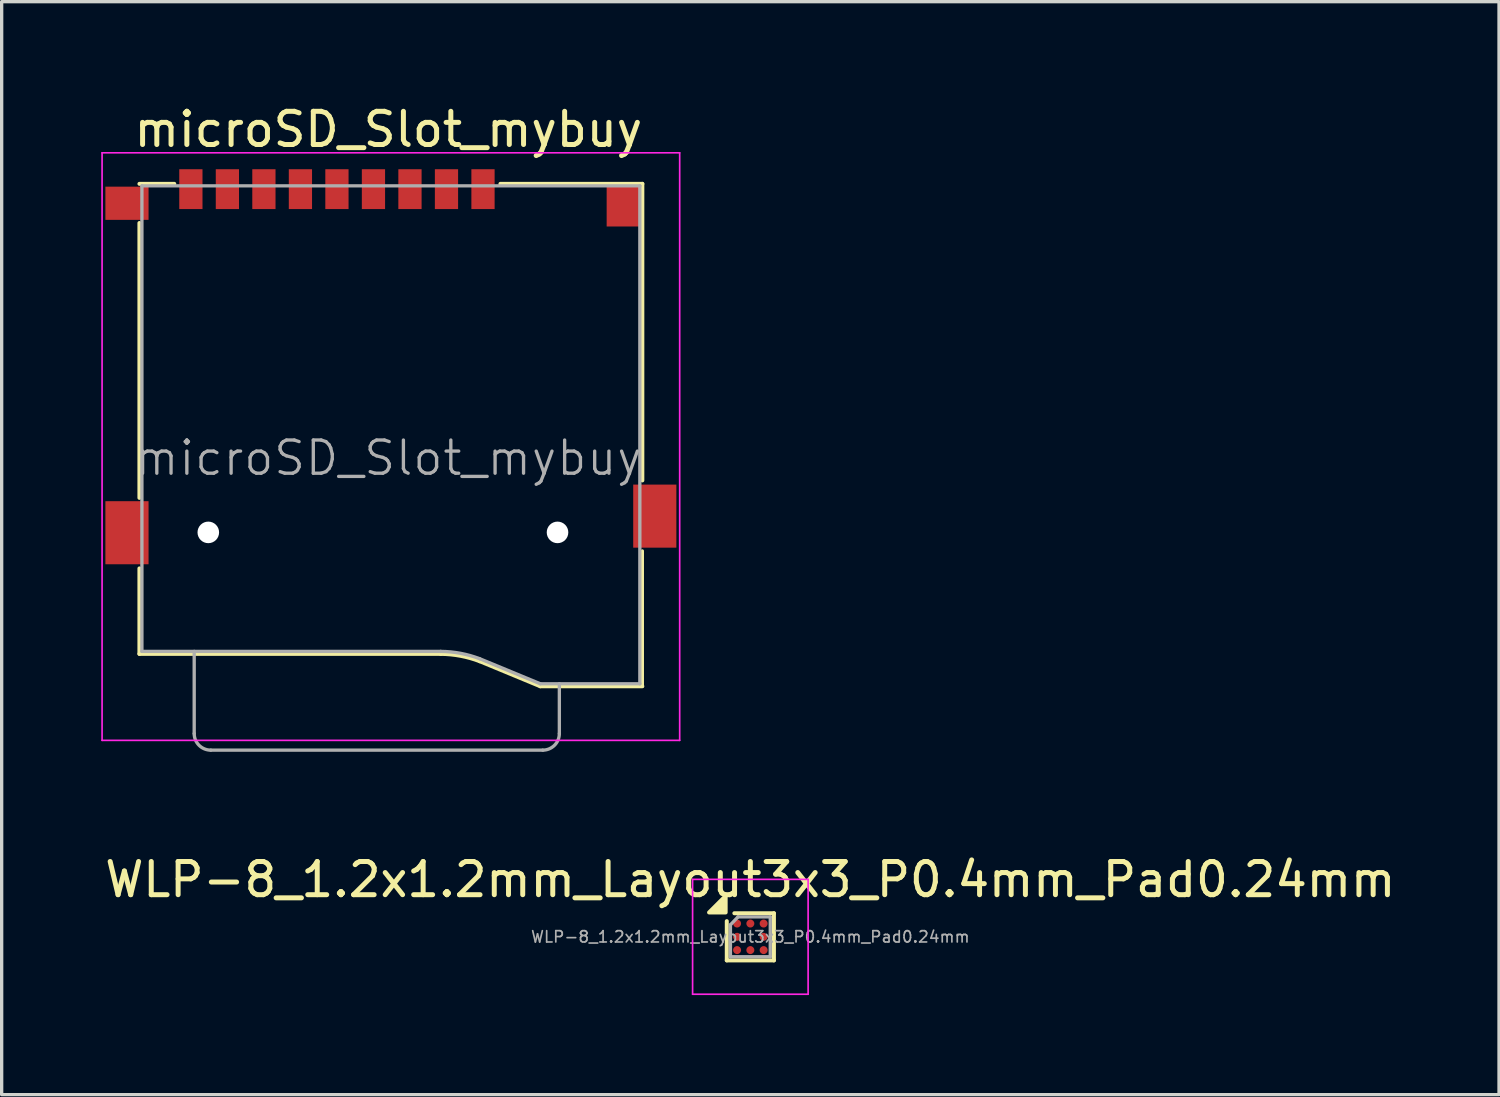
<source format=kicad_pcb>
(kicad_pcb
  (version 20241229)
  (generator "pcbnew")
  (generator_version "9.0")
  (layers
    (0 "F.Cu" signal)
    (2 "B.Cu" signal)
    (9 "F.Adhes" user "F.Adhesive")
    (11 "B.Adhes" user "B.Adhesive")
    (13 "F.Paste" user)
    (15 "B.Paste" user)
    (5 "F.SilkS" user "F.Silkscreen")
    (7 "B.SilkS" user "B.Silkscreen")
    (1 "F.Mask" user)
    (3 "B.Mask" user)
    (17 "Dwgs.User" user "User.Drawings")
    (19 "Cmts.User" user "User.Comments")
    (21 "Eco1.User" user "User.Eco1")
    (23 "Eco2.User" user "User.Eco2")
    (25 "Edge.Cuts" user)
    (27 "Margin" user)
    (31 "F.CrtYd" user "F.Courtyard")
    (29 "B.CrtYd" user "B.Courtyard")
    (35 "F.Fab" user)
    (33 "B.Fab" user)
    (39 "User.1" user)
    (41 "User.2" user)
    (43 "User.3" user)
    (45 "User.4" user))
  (footprint "WLP-8_1.2x1.2mm_Layout3x3_P0.4mm_Pad0.24mm"
    (layer "F.Cu")
    (at 19.554 25.171)
    (property "Reference" "WLP-8_1.2x1.2mm_Layout3x3_P0.4mm_Pad0.24mm" (at 0 -1.724 0) (layer "F.SilkS") (effects (font (size 1 1) (thickness 0.15))))
    (attr smd)
    (fp_line (start -0.71 0.71) (end -0.71 -0.472) (stroke (width 0.12) (type solid)) (layer "F.SilkS"))
    (fp_line (start -0.482 -0.71) (end 0.71 -0.71) (stroke (width 0.12) (type solid)) (layer "F.SilkS"))
    (fp_line (start 0.71 -0.71) (end 0.71 0.71) (stroke (width 0.12) (type solid)) (layer "F.SilkS"))
    (fp_line (start 0.71 0.71) (end -0.71 0.71) (stroke (width 0.12) (type solid)) (layer "F.SilkS"))
    (fp_poly (pts (xy -0.744 -0.734) (xy -1.244 -0.734) (xy -0.744 -1.234) (xy -0.744 -0.734)) (stroke (width 0.12) (type solid)) (fill yes) (layer "F.SilkS"))
    (fp_line (start -1.74 -1.73) (end -1.74 1.73) (stroke (width 0.05) (type solid)) (layer "F.CrtYd"))
    (fp_line (start -1.74 1.73) (end 1.74 1.73) (stroke (width 0.05) (type solid)) (layer "F.CrtYd"))
    (fp_line (start 1.74 -1.73) (end -1.74 -1.73) (stroke (width 0.05) (type solid)) (layer "F.CrtYd"))
    (fp_line (start 1.74 1.73) (end 1.74 -1.73) (stroke (width 0.05) (type solid)) (layer "F.CrtYd"))
    (fp_line (start -0.6 -0.362) (end -0.372 -0.6) (stroke (width 0.1) (type solid)) (layer "F.Fab"))
    (fp_line (start -0.6 0.6) (end -0.6 -0.362) (stroke (width 0.1) (type solid)) (layer "F.Fab"))
    (fp_line (start -0.372 -0.6) (end 0.6 -0.6) (stroke (width 0.1) (type solid)) (layer "F.Fab"))
    (fp_line (start 0.6 -0.6) (end 0.6 0.6) (stroke (width 0.1) (type solid)) (layer "F.Fab"))
    (fp_line (start 0.6 0.6) (end -0.6 0.6) (stroke (width 0.1) (type solid)) (layer "F.Fab"))
    (fp_text user "${REFERENCE}" (at 0 0 0) (layer "F.Fab") (effects (font (size 0.34 0.34) (thickness 0.051))))
    (pad "A1" smd circle (at -0.4 -0.4) (size 0.24 0.24) (property pad_prop_bga) (layers "F.Cu" "F.Mask" "F.Paste"))
    (pad "A2" smd circle (at 0 -0.4) (size 0.24 0.24) (property pad_prop_bga) (layers "F.Cu" "F.Mask" "F.Paste"))
    (pad "A3" smd circle (at 0.4 -0.4) (size 0.24 0.24) (property pad_prop_bga) (layers "F.Cu" "F.Mask" "F.Paste"))
    (pad "B1" smd circle (at -0.4 0) (size 0.24 0.24) (property pad_prop_bga) (layers "F.Cu" "F.Mask" "F.Paste"))
    (pad "B3" smd circle (at 0.4 0) (size 0.24 0.24) (property pad_prop_bga) (layers "F.Cu" "F.Mask" "F.Paste"))
    (pad "C1" smd circle (at -0.4 0.4) (size 0.24 0.24) (property pad_prop_bga) (layers "F.Cu" "F.Mask" "F.Paste"))
    (pad "C2" smd circle (at 0 0.4) (size 0.24 0.24) (property pad_prop_bga) (layers "F.Cu" "F.Mask" "F.Paste"))
    (pad "C3" smd circle (at 0.4 0.4) (size 0.24 0.24) (property pad_prop_bga) (layers "F.Cu" "F.Mask" "F.Paste")))
  (footprint "microSD_Slot_mybuy"
    (layer "F.Cu")
    (at 8.725 10.373)
    (property "Reference" "microSD_Slot_mybuy" (at -0.075 -9.525 0) (layer "F.SilkS") (effects (font (size 1 1) (thickness 0.15))))
    (attr smd)
    (fp_line (start -7.575 -6.705) (end -7.575 1.575) (stroke (width 0.12) (type solid)) (layer "F.SilkS"))
    (fp_line (start -7.575 3.7) (end -7.575 6.275) (stroke (width 0.12) (type solid)) (layer "F.SilkS"))
    (fp_line (start -7.575 6.275) (end 1.5 6.275) (stroke (width 0.12) (type default)) (layer "F.SilkS"))
    (fp_line (start -6.525 -7.885) (end -7.575 -7.885) (stroke (width 0.12) (type solid)) (layer "F.SilkS"))
    (fp_line (start 2.677 6.496) (end 4.5 7.25) (stroke (width 0.12) (type default)) (layer "F.SilkS"))
    (fp_line (start 3.3 -7.885) (end 7.575 -7.885) (stroke (width 0.12) (type solid)) (layer "F.SilkS"))
    (fp_line (start 7.575 -7.885) (end 7.575 1.05) (stroke (width 0.12) (type solid)) (layer "F.SilkS"))
    (fp_line (start 7.575 7.25) (end 4.5 7.25) (stroke (width 0.12) (type default)) (layer "F.SilkS"))
    (fp_line (start 7.575 7.25) (end 7.575 3.175) (stroke (width 0.1) (type default)) (layer "F.SilkS"))
    (fp_arc (start 1.5 6.275) (mid 2.098136 6.33293) (end 2.676517 6.496017) (stroke (width 0.12) (type default)) (layer "F.SilkS"))
    (fp_line (start -8.7 -8.82) (end 8.7 -8.82) (stroke (width 0.05) (type solid)) (layer "F.CrtYd"))
    (fp_line (start -8.7 8.88) (end -8.7 -8.82) (stroke (width 0.05) (type solid)) (layer "F.CrtYd"))
    (fp_line (start 8.7 -8.82) (end 8.7 8.88) (stroke (width 0.05) (type solid)) (layer "F.CrtYd"))
    (fp_line (start 8.7 8.88) (end -8.7 8.88) (stroke (width 0.05) (type solid)) (layer "F.CrtYd"))
    (fp_line (start -7.5 6.2) (end -7.5 -7.825) (stroke (width 0.1) (type solid)) (layer "F.Fab"))
    (fp_line (start -7.5 6.2) (end 1.5 6.2) (stroke (width 0.1) (type default)) (layer "F.Fab"))
    (fp_line (start -5.925 8.675) (end -5.925 6.2) (stroke (width 0.1) (type default)) (layer "F.Fab"))
    (fp_line (start -5.425 9.175) (end 4.575 9.175) (stroke (width 0.1) (type solid)) (layer "F.Fab"))
    (fp_line (start 2.677 6.421) (end 4.5 7.175) (stroke (width 0.1) (type default)) (layer "F.Fab"))
    (fp_line (start 5.075 8.675) (end 5.075 7.175) (stroke (width 0.1) (type default)) (layer "F.Fab"))
    (fp_line (start 7.5 -7.825) (end -7.5 -7.825) (stroke (width 0.1) (type solid)) (layer "F.Fab"))
    (fp_line (start 7.5 7.175) (end 4.5 7.175) (stroke (width 0.1) (type default)) (layer "F.Fab"))
    (fp_line (start 7.5 7.175) (end 7.5 -7.825) (stroke (width 0.1) (type solid)) (layer "F.Fab"))
    (fp_arc (start -5.425 9.175) (mid -5.778553 9.028553) (end -5.925 8.675) (stroke (width 0.1) (type solid)) (layer "F.Fab"))
    (fp_arc (start 1.5 6.200001) (mid 2.098136 6.257931) (end 2.676517 6.421018) (stroke (width 0.1) (type default)) (layer "F.Fab"))
    (fp_arc (start 5.075 8.675) (mid 4.928553 9.028553) (end 4.575 9.175) (stroke (width 0.1) (type solid)) (layer "F.Fab"))
    (fp_text user "${REFERENCE}" (at -0.075 0.375 0) (layer "F.Fab") (effects (font (size 1 1) (thickness 0.1))))
    (pad "" np_thru_hole circle (at -5.5 2.615) (size 0.65 0.65) (drill 0.65) (layers "*.Cu" "F.Mask"))
    (pad "" np_thru_hole circle (at 5.02 2.615) (size 0.65 0.65) (drill 0.65) (layers "*.Cu" "F.Mask"))
    (pad "1" smd rect (at 2.775 -7.725) (size 0.7 1.2) (layers "F.Cu" "F.Mask" "F.Paste"))
    (pad "2" smd rect (at 1.675 -7.725) (size 0.7 1.2) (layers "F.Cu" "F.Mask" "F.Paste"))
    (pad "3" smd rect (at 0.575 -7.725) (size 0.7 1.2) (layers "F.Cu" "F.Mask" "F.Paste"))
    (pad "4" smd rect (at -0.525 -7.725) (size 0.7 1.2) (layers "F.Cu" "F.Mask" "F.Paste"))
    (pad "5" smd rect (at -1.625 -7.725) (size 0.7 1.2) (layers "F.Cu" "F.Mask" "F.Paste"))
    (pad "6" smd rect (at -2.725 -7.725) (size 0.7 1.2) (layers "F.Cu" "F.Mask" "F.Paste"))
    (pad "7" smd rect (at -3.825 -7.725) (size 0.7 1.2) (layers "F.Cu" "F.Mask" "F.Paste"))
    (pad "8" smd rect (at -4.925 -7.725) (size 0.7 1.2) (layers "F.Cu" "F.Mask" "F.Paste"))
    (pad "9" smd rect (at -6.025 -7.725) (size 0.7 1.2) (layers "F.Cu" "F.Mask" "F.Paste"))
    (pad "10" smd rect (at -7.95 -7.3) (size 1.3 1) (layers "F.Cu" "F.Mask" "F.Paste"))
    (pad "10" smd rect (at -7.95 2.625) (size 1.3 1.9) (layers "F.Cu" "F.Mask" "F.Paste"))
    (pad "10" smd rect (at 7 -7.2) (size 1 1.2) (layers "F.Cu" "F.Mask" "F.Paste"))
    (pad "10" smd rect (at 7.95 2.125) (size 1.3 1.9) (layers "F.Cu" "F.Mask" "F.Paste"))
    (zone (net_name "") (layer "F.Cu") (hatch full 0.508) (connect_pads) (min_thickness 0.254) (filled_areas_thickness no) (keepout (tracks allowed) (vias not_allowed) (pads not_allowed) (copperpour allowed) (footprints not_allowed)) (placement (enabled no)) (fill) (polygon (pts (xy 1.575 12.048) (xy 0.825 12.048) (xy 0.825 3.573) (xy 1.575 3.573))))
    (zone (net_name "") (layer "F.Cu") (hatch full 0.508) (connect_pads) (min_thickness 0.254) (filled_areas_thickness no) (keepout (tracks allowed) (vias not_allowed) (pads not_allowed) (copperpour allowed) (footprints not_allowed)) (placement (enabled no)) (fill) (polygon (pts (xy 1.575 16.623) (xy 0.825 16.623) (xy 0.825 13.948) (xy 1.575 13.948))))
    (zone (net_name "") (layer "F.Cu") (hatch full 0.508) (connect_pads) (min_thickness 0.254) (filled_areas_thickness no) (keepout (tracks allowed) (vias not_allowed) (pads not_allowed) (copperpour allowed) (footprints not_allowed)) (placement (enabled no)) (fill) (polygon (pts (xy 12 9.173) (xy 3.3 9.173) (xy 3.3 4.673) (xy 12 4.673))))
    (zone (net_name "") (layer "F.Cu") (hatch full 0.508) (connect_pads) (min_thickness 0.254) (filled_areas_thickness no) (keepout (tracks allowed) (vias not_allowed) (pads not_allowed) (copperpour allowed) (footprints not_allowed)) (placement (enabled no)) (fill) (polygon (pts (xy 16.6 11.548) (xy 15.85 11.548) (xy 15.85 3.773) (xy 16.6 3.773))))
    (zone (net_name "") (layer "F.Cu") (hatch full 0.508) (connect_pads) (min_thickness 0.254) (filled_areas_thickness no) (keepout (tracks allowed) (vias not_allowed) (pads not_allowed) (copperpour allowed) (footprints not_allowed)) (placement (enabled no)) (fill) (polygon (pts (xy 16.6 17.598) (xy 15.85 17.598) (xy 15.85 13.448) (xy 16.6 13.448)))))
  (gr_rect
    (start -3 -3)
    (end 42.107 29.925)
    (stroke (width 0.1) (type default))
    (fill no)
    (layer "Edge.Cuts")))
</source>
